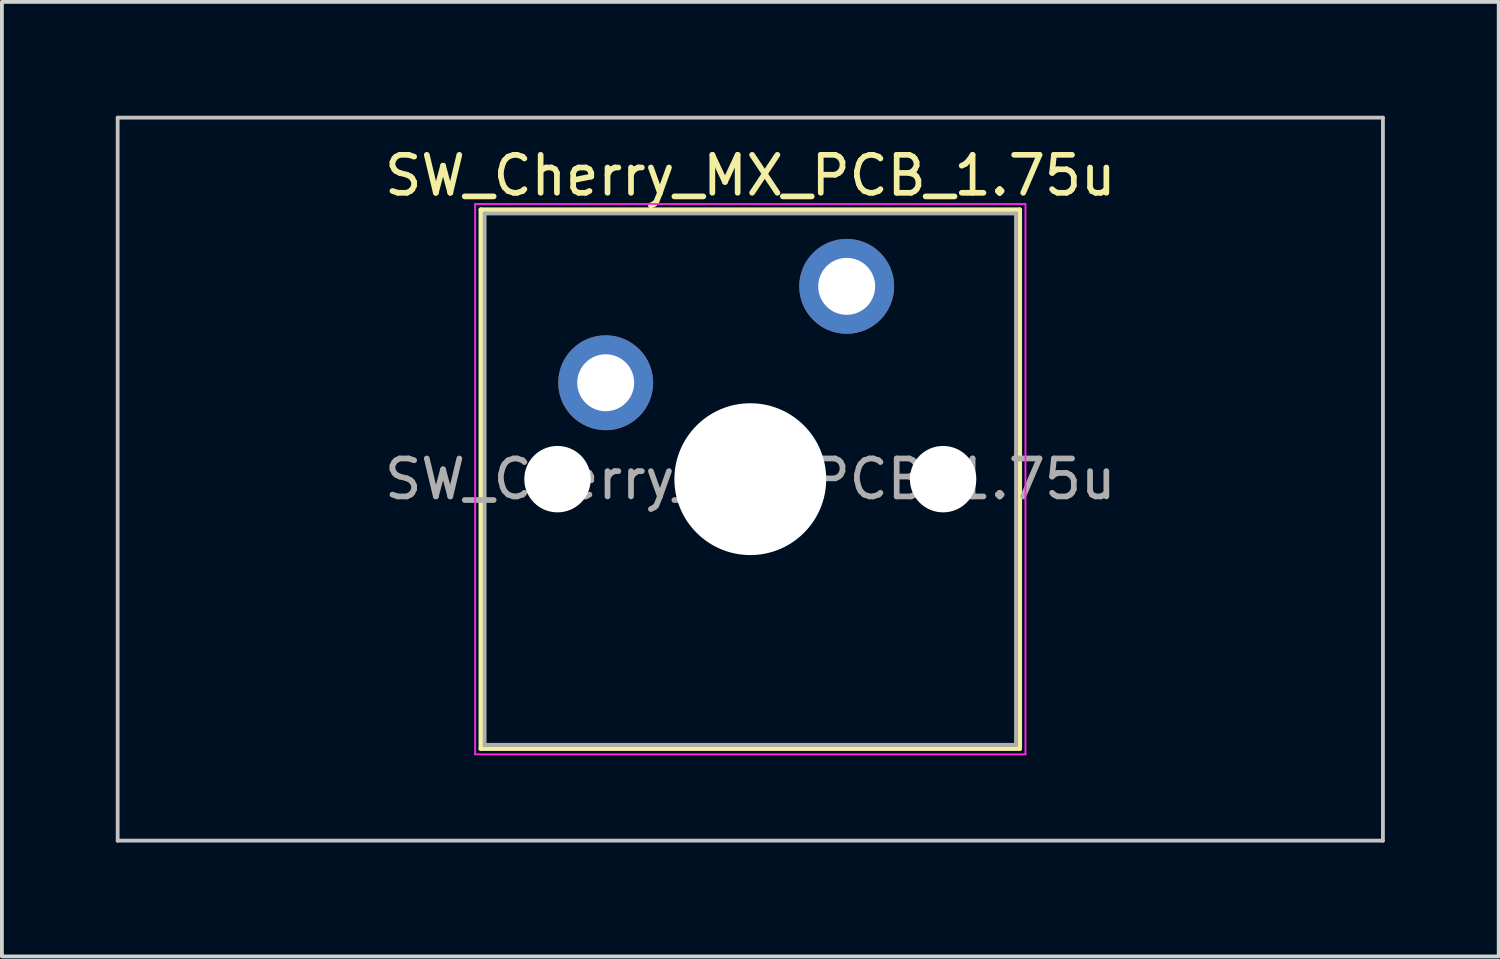
<source format=kicad_pcb>
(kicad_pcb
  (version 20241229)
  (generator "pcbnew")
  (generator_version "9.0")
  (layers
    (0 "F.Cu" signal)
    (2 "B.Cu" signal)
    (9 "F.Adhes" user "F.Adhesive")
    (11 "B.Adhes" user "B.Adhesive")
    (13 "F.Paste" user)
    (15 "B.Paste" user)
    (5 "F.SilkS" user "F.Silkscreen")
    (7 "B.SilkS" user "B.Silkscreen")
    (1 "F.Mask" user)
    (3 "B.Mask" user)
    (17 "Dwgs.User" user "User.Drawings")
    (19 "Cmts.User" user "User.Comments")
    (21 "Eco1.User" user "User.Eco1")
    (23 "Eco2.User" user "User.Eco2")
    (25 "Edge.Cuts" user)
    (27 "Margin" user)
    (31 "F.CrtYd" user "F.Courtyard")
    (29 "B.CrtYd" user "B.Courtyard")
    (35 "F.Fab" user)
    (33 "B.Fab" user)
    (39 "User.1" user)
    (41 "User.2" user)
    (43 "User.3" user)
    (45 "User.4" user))
  (footprint "SW_Cherry_MX_PCB_1.75u"
    (layer "F.Cu")
    (at 16.719 9.575)
    (property "Reference" "SW_Cherry_MX_PCB_1.75u" (at 0 -8 0) (layer "F.SilkS") (effects (font (size 1 1) (thickness 0.15))))
    (attr through_hole)
    (fp_line (start -7.1 -7.1) (end -7.1 7.1) (stroke (width 0.12) (type solid)) (layer "F.SilkS"))
    (fp_line (start -7.1 7.1) (end 7.1 7.1) (stroke (width 0.12) (type solid)) (layer "F.SilkS"))
    (fp_line (start 7.1 -7.1) (end -7.1 -7.1) (stroke (width 0.12) (type solid)) (layer "F.SilkS"))
    (fp_line (start 7.1 7.1) (end 7.1 -7.1) (stroke (width 0.12) (type solid)) (layer "F.SilkS"))
    (fp_line (start -16.669 -9.525) (end -16.669 9.525) (stroke (width 0.1) (type solid)) (layer "Dwgs.User"))
    (fp_line (start -16.669 9.525) (end 16.669 9.525) (stroke (width 0.1) (type solid)) (layer "Dwgs.User"))
    (fp_line (start 16.669 -9.525) (end -16.669 -9.525) (stroke (width 0.1) (type solid)) (layer "Dwgs.User"))
    (fp_line (start 16.669 9.525) (end 16.669 -9.525) (stroke (width 0.1) (type solid)) (layer "Dwgs.User"))
    (fp_line (start -7 -7) (end -7 7) (stroke (width 0.1) (type solid)) (layer "Eco1.User"))
    (fp_line (start -7 7) (end 7 7) (stroke (width 0.1) (type solid)) (layer "Eco1.User"))
    (fp_line (start 7 -7) (end -7 -7) (stroke (width 0.1) (type solid)) (layer "Eco1.User"))
    (fp_line (start 7 7) (end 7 -7) (stroke (width 0.1) (type solid)) (layer "Eco1.User"))
    (fp_line (start -7.25 -7.25) (end -7.25 7.25) (stroke (width 0.05) (type solid)) (layer "F.CrtYd"))
    (fp_line (start -7.25 7.25) (end 7.25 7.25) (stroke (width 0.05) (type solid)) (layer "F.CrtYd"))
    (fp_line (start 7.25 -7.25) (end -7.25 -7.25) (stroke (width 0.05) (type solid)) (layer "F.CrtYd"))
    (fp_line (start 7.25 7.25) (end 7.25 -7.25) (stroke (width 0.05) (type solid)) (layer "F.CrtYd"))
    (fp_line (start -7 -7) (end -7 7) (stroke (width 0.1) (type solid)) (layer "F.Fab"))
    (fp_line (start -7 7) (end 7 7) (stroke (width 0.1) (type solid)) (layer "F.Fab"))
    (fp_line (start 7 -7) (end -7 -7) (stroke (width 0.1) (type solid)) (layer "F.Fab"))
    (fp_line (start 7 7) (end 7 -7) (stroke (width 0.1) (type solid)) (layer "F.Fab"))
    (fp_text user "${REFERENCE}" (at 0 0 0) (layer "F.Fab") (effects (font (size 1 1) (thickness 0.15))))
    (pad "" np_thru_hole circle (at -5.08 0) (size 1.75 1.75) (drill 1.75) (layers "*.Cu" "*.Mask"))
    (pad "" smd circle (at -3.81 -2.54) (size 1.55 1.55) (layers "F.Mask"))
    (pad "" np_thru_hole circle (at 0 0) (size 4 4) (drill 4) (layers "*.Cu" "*.Mask"))
    (pad "" smd circle (at 2.54 -5.08) (size 1.55 1.55) (layers "F.Mask"))
    (pad "" np_thru_hole circle (at 5.08 0) (size 1.75 1.75) (drill 1.75) (layers "*.Cu" "*.Mask"))
    (pad "1" thru_hole circle (at -3.81 -2.54) (size 2.5 2.5) (drill 1.5) (layers "*.Cu" "B.Mask"))
    (pad "2" thru_hole circle (at 2.54 -5.08) (size 2.5 2.5) (drill 1.5) (layers "*.Cu" "B.Mask")))
  (gr_rect
    (start -3 -3)
    (end 36.438 22.15)
    (stroke (width 0.1) (type default))
    (fill no)
    (layer "Edge.Cuts")))
</source>
